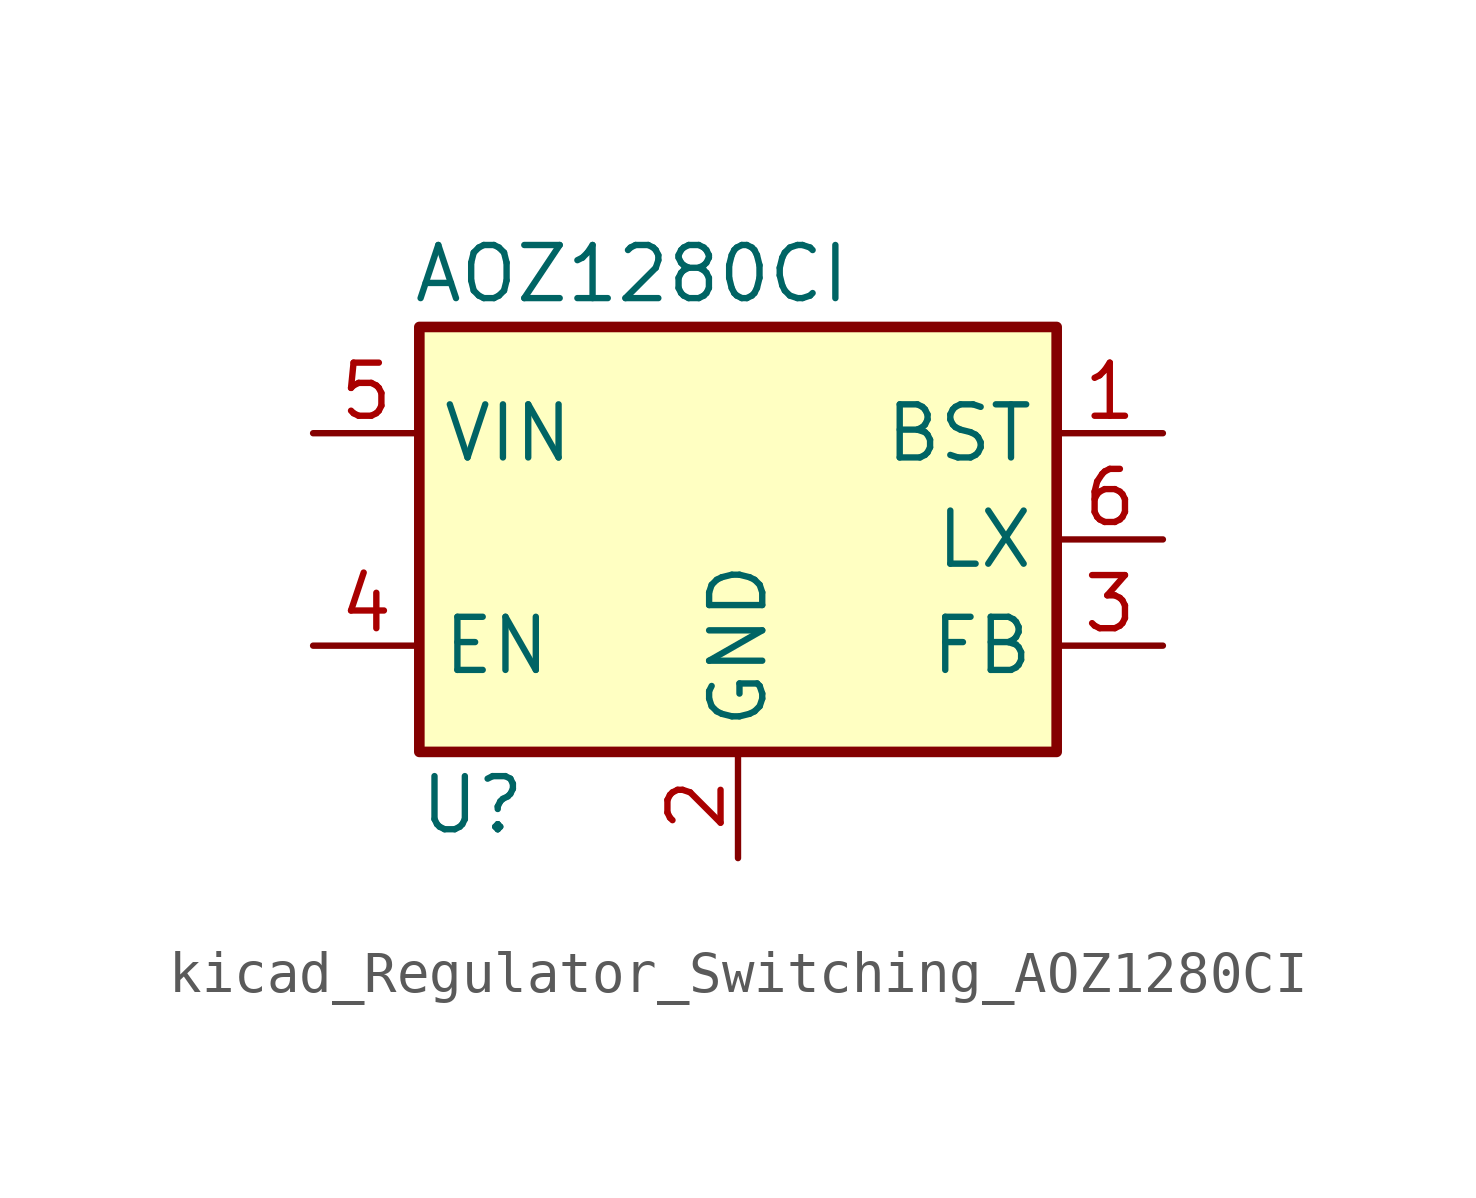
<source format=kicad_sym>
(kicad_symbol_lib
  (version 20220914)
  (generator kicad_symbol_editor)
  (symbol "kicad_Regulator_Switching_AOZ1280CI"
    (property "Reference" "U"
      (at -6.35 -6.35 0)
      (effects (font (size 1.27 1.27))))
    (property "Value" "AOZ1280CI"
      (at -2.54 6.35 0)
      (effects (font (size 1.27 1.27))))
    (symbol "kicad_Regulator_Switching_AOZ1280CI_0_1"
      (rectangle (start -7.62 5.08) (end 7.62 -5.08) (stroke (width 0.254) (type default)) (fill (type background))))
    (symbol "kicad_Regulator_Switching_AOZ1280CI_1_1"
      (pin input line (at 10.16 2.54 180) (length 2.54) (name "BST" (effects (font (size 1.27 1.27)))) (number "1" (effects (font (size 1.27 1.27)))))
      (pin power_in line (at 0 -7.62 90) (length 2.54) (name "GND" (effects (font (size 1.27 1.27)))) (number "2" (effects (font (size 1.27 1.27)))))
      (pin input line (at 10.16 -2.54 180) (length 2.54) (name "FB" (effects (font (size 1.27 1.27)))) (number "3" (effects (font (size 1.27 1.27)))))
      (pin input line (at -10.16 -2.54 0) (length 2.54) (name "EN" (effects (font (size 1.27 1.27)))) (number "4" (effects (font (size 1.27 1.27)))))
      (pin power_in line (at -10.16 2.54 0) (length 2.54) (name "VIN" (effects (font (size 1.27 1.27)))) (number "5" (effects (font (size 1.27 1.27)))))
      (pin power_out line (at 10.16 0 180) (length 2.54) (name "LX" (effects (font (size 1.27 1.27)))) (number "6" (effects (font (size 1.27 1.27))))))))
</source>
